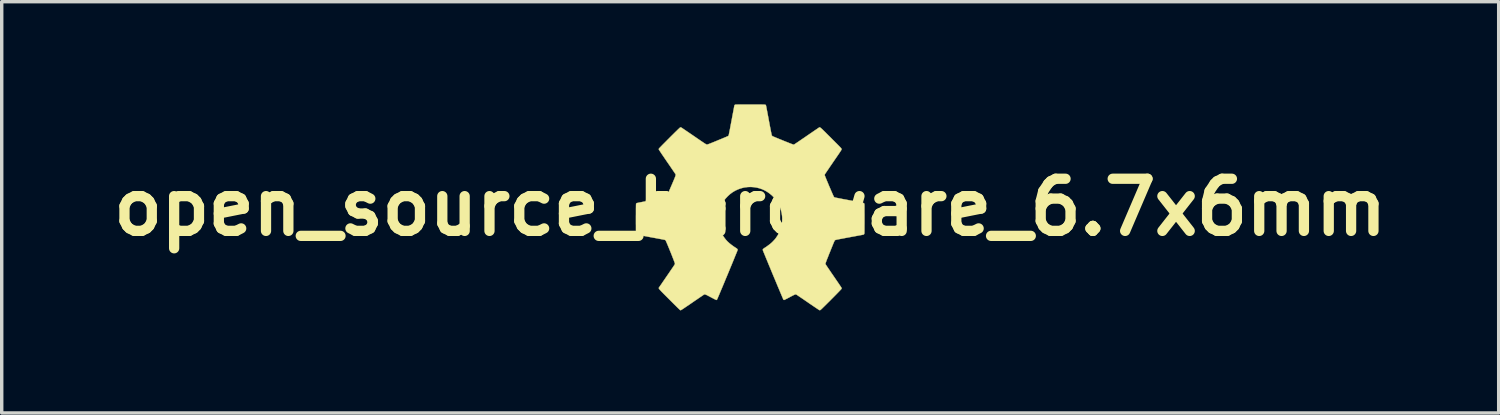
<source format=kicad_pcb>
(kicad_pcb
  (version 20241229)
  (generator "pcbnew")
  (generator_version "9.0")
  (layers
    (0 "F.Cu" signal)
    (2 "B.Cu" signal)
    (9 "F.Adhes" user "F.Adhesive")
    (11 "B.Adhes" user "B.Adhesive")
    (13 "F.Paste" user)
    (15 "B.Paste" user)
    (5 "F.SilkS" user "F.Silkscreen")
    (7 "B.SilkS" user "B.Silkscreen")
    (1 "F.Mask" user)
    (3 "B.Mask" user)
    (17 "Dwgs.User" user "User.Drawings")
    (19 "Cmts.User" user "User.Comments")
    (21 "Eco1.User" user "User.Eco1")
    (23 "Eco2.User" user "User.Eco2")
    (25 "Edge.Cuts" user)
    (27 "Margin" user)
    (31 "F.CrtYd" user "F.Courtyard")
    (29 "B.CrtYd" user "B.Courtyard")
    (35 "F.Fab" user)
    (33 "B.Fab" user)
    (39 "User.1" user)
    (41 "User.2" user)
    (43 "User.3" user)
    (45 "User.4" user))
  (footprint "open_source_hardware_6.7x6mm"
    (layer "F.Cu")
    (at 18.876 3.009)
    (property "Reference" "open_source_hardware_6.7x6mm" (at 0 0 0) (layer "F.SilkS") (effects (font (size 1.524 1.524) (thickness 0.3))))
    (attr through_hole)
    (fp_poly (pts (xy 0.193 -3.004) (xy 0.243 -3.004) (xy 0.285 -3.004) (xy 0.322 -3.003) (xy 0.352 -3.003) (xy 0.378 -3.002) (xy 0.398 -3.002) (xy 0.415 -3.001) (xy 0.428 -3) (xy 0.438 -2.998) (xy 0.445 -2.996) (xy 0.45 -2.994) (xy 0.453 -2.992) (xy 0.455 -2.989) (xy 0.457 -2.986) (xy 0.459 -2.983) (xy 0.459 -2.982) (xy 0.461 -2.976) (xy 0.464 -2.963) (xy 0.468 -2.942) (xy 0.474 -2.914) (xy 0.48 -2.88) (xy 0.488 -2.84) (xy 0.497 -2.795) (xy 0.506 -2.745) (xy 0.516 -2.692) (xy 0.527 -2.636) (xy 0.538 -2.576) (xy 0.543 -2.546) (xy 0.556 -2.48) (xy 0.567 -2.418) (xy 0.578 -2.36) (xy 0.589 -2.306) (xy 0.598 -2.258) (xy 0.606 -2.215) (xy 0.614 -2.179) (xy 0.62 -2.149) (xy 0.625 -2.126) (xy 0.628 -2.111) (xy 0.63 -2.104) (xy 0.63 -2.103) (xy 0.639 -2.091) (xy 0.649 -2.081) (xy 0.649 -2.081) (xy 0.656 -2.077) (xy 0.67 -2.071) (xy 0.691 -2.062) (xy 0.717 -2.051) (xy 0.749 -2.037) (xy 0.784 -2.023) (xy 0.823 -2.007) (xy 0.864 -1.99) (xy 0.907 -1.973) (xy 0.95 -1.955) (xy 0.994 -1.937) (xy 1.037 -1.92) (xy 1.079 -1.903) (xy 1.118 -1.888) (xy 1.154 -1.873) (xy 1.187 -1.861) (xy 1.214 -1.85) (xy 1.236 -1.842) (xy 1.252 -1.836) (xy 1.261 -1.833) (xy 1.262 -1.833) (xy 1.276 -1.834) (xy 1.286 -1.837) (xy 1.291 -1.84) (xy 1.303 -1.848) (xy 1.321 -1.86) (xy 1.345 -1.876) (xy 1.374 -1.895) (xy 1.408 -1.918) (xy 1.446 -1.944) (xy 1.487 -1.972) (xy 1.532 -2.003) (xy 1.58 -2.035) (xy 1.629 -2.069) (xy 1.652 -2.085) (xy 1.703 -2.12) (xy 1.751 -2.153) (xy 1.797 -2.184) (xy 1.84 -2.214) (xy 1.88 -2.241) (xy 1.915 -2.265) (xy 1.947 -2.286) (xy 1.973 -2.304) (xy 1.993 -2.318) (xy 2.008 -2.328) (xy 2.016 -2.333) (xy 2.017 -2.334) (xy 2.022 -2.335) (xy 2.026 -2.337) (xy 2.03 -2.337) (xy 2.035 -2.337) (xy 2.04 -2.334) (xy 2.048 -2.33) (xy 2.056 -2.324) (xy 2.067 -2.315) (xy 2.081 -2.303) (xy 2.097 -2.288) (xy 2.117 -2.27) (xy 2.14 -2.247) (xy 2.168 -2.22) (xy 2.2 -2.189) (xy 2.236 -2.152) (xy 2.278 -2.11) (xy 2.326 -2.063) (xy 2.363 -2.026) (xy 2.413 -1.975) (xy 2.458 -1.931) (xy 2.497 -1.891) (xy 2.532 -1.857) (xy 2.561 -1.827) (xy 2.586 -1.802) (xy 2.607 -1.78) (xy 2.624 -1.763) (xy 2.638 -1.748) (xy 2.648 -1.736) (xy 2.657 -1.727) (xy 2.662 -1.719) (xy 2.667 -1.713) (xy 2.669 -1.709) (xy 2.67 -1.705) (xy 2.671 -1.703) (xy 2.671 -1.7) (xy 2.671 -1.696) (xy 2.67 -1.692) (xy 2.668 -1.687) (xy 2.665 -1.68) (xy 2.66 -1.671) (xy 2.653 -1.66) (xy 2.644 -1.645) (xy 2.632 -1.628) (xy 2.618 -1.606) (xy 2.601 -1.58) (xy 2.58 -1.549) (xy 2.555 -1.513) (xy 2.527 -1.472) (xy 2.494 -1.424) (xy 2.457 -1.37) (xy 2.429 -1.33) (xy 2.395 -1.279) (xy 2.362 -1.231) (xy 2.33 -1.185) (xy 2.301 -1.141) (xy 2.274 -1.102) (xy 2.25 -1.066) (xy 2.229 -1.035) (xy 2.211 -1.009) (xy 2.197 -0.988) (xy 2.188 -0.973) (xy 2.182 -0.965) (xy 2.182 -0.964) (xy 2.179 -0.952) (xy 2.178 -0.939) (xy 2.179 -0.933) (xy 2.184 -0.919) (xy 2.192 -0.9) (xy 2.202 -0.874) (xy 2.215 -0.843) (xy 2.229 -0.808) (xy 2.245 -0.77) (xy 2.262 -0.729) (xy 2.28 -0.686) (xy 2.298 -0.642) (xy 2.317 -0.598) (xy 2.336 -0.554) (xy 2.354 -0.512) (xy 2.371 -0.471) (xy 2.388 -0.434) (xy 2.402 -0.4) (xy 2.416 -0.37) (xy 2.427 -0.345) (xy 2.435 -0.327) (xy 2.441 -0.315) (xy 2.443 -0.311) (xy 2.452 -0.3) (xy 2.463 -0.291) (xy 2.47 -0.289) (xy 2.485 -0.285) (xy 2.507 -0.28) (xy 2.538 -0.274) (xy 2.575 -0.267) (xy 2.619 -0.258) (xy 2.67 -0.248) (xy 2.726 -0.237) (xy 2.789 -0.226) (xy 2.856 -0.213) (xy 2.885 -0.208) (xy 2.944 -0.197) (xy 3.001 -0.186) (xy 3.055 -0.176) (xy 3.105 -0.167) (xy 3.151 -0.158) (xy 3.193 -0.15) (xy 3.229 -0.143) (xy 3.259 -0.137) (xy 3.282 -0.133) (xy 3.299 -0.13) (xy 3.307 -0.128) (xy 3.307 -0.128) (xy 3.32 -0.121) (xy 3.331 -0.112) (xy 3.332 -0.11) (xy 3.333 -0.107) (xy 3.335 -0.104) (xy 3.336 -0.099) (xy 3.336 -0.092) (xy 3.337 -0.083) (xy 3.338 -0.07) (xy 3.338 -0.054) (xy 3.339 -0.034) (xy 3.339 -0.01) (xy 3.339 0.02) (xy 3.339 0.056) (xy 3.339 0.098) (xy 3.339 0.146) (xy 3.34 0.202) (xy 3.34 0.266) (xy 3.34 0.333) (xy 3.34 0.405) (xy 3.34 0.468) (xy 3.339 0.523) (xy 3.339 0.571) (xy 3.339 0.613) (xy 3.339 0.648) (xy 3.339 0.678) (xy 3.338 0.703) (xy 3.338 0.723) (xy 3.338 0.739) (xy 3.337 0.751) (xy 3.336 0.76) (xy 3.335 0.767) (xy 3.334 0.772) (xy 3.333 0.776) (xy 3.332 0.779) (xy 3.331 0.78) (xy 3.323 0.79) (xy 3.315 0.796) (xy 3.314 0.797) (xy 3.308 0.798) (xy 3.294 0.801) (xy 3.274 0.805) (xy 3.249 0.81) (xy 3.219 0.815) (xy 3.187 0.821) (xy 3.176 0.823) (xy 3.086 0.84) (xy 3.004 0.855) (xy 2.93 0.869) (xy 2.864 0.881) (xy 2.805 0.892) (xy 2.752 0.902) (xy 2.705 0.911) (xy 2.665 0.919) (xy 2.63 0.925) (xy 2.599 0.931) (xy 2.574 0.936) (xy 2.552 0.94) (xy 2.535 0.944) (xy 2.52 0.947) (xy 2.509 0.95) (xy 2.501 0.952) (xy 2.494 0.954) (xy 2.489 0.956) (xy 2.486 0.957) (xy 2.483 0.959) (xy 2.481 0.96) (xy 2.48 0.961) (xy 2.478 0.963) (xy 2.475 0.965) (xy 2.472 0.969) (xy 2.468 0.975) (xy 2.464 0.982) (xy 2.459 0.993) (xy 2.452 1.007) (xy 2.445 1.024) (xy 2.435 1.046) (xy 2.424 1.073) (xy 2.411 1.105) (xy 2.395 1.144) (xy 2.377 1.189) (xy 2.356 1.241) (xy 2.332 1.301) (xy 2.332 1.301) (xy 2.31 1.354) (xy 2.29 1.405) (xy 2.272 1.452) (xy 2.254 1.495) (xy 2.239 1.534) (xy 2.226 1.568) (xy 2.216 1.596) (xy 2.208 1.618) (xy 2.202 1.634) (xy 2.2 1.641) (xy 2.2 1.642) (xy 2.201 1.656) (xy 2.204 1.666) (xy 2.207 1.672) (xy 2.215 1.683) (xy 2.227 1.701) (xy 2.242 1.725) (xy 2.262 1.754) (xy 2.285 1.788) (xy 2.31 1.825) (xy 2.338 1.866) (xy 2.368 1.911) (xy 2.4 1.957) (xy 2.434 2.006) (xy 2.436 2.01) (xy 2.47 2.059) (xy 2.502 2.106) (xy 2.532 2.15) (xy 2.561 2.192) (xy 2.587 2.23) (xy 2.61 2.264) (xy 2.629 2.293) (xy 2.646 2.317) (xy 2.658 2.336) (xy 2.666 2.349) (xy 2.669 2.354) (xy 2.669 2.355) (xy 2.672 2.368) (xy 2.671 2.379) (xy 2.667 2.384) (xy 2.658 2.395) (xy 2.643 2.411) (xy 2.624 2.431) (xy 2.6 2.456) (xy 2.573 2.484) (xy 2.543 2.515) (xy 2.51 2.549) (xy 2.475 2.584) (xy 2.438 2.622) (xy 2.4 2.66) (xy 2.362 2.698) (xy 2.324 2.737) (xy 2.286 2.774) (xy 2.249 2.811) (xy 2.214 2.846) (xy 2.18 2.879) (xy 2.15 2.909) (xy 2.122 2.936) (xy 2.099 2.959) (xy 2.079 2.977) (xy 2.064 2.991) (xy 2.054 3) (xy 2.05 3.002) (xy 2.036 3.006) (xy 2.025 3.006) (xy 2.019 3.003) (xy 2.008 2.996) (xy 1.989 2.984) (xy 1.966 2.968) (xy 1.937 2.949) (xy 1.903 2.926) (xy 1.866 2.901) (xy 1.825 2.873) (xy 1.781 2.843) (xy 1.734 2.812) (xy 1.689 2.78) (xy 1.64 2.747) (xy 1.594 2.715) (xy 1.55 2.685) (xy 1.509 2.657) (xy 1.472 2.632) (xy 1.438 2.609) (xy 1.409 2.59) (xy 1.386 2.574) (xy 1.368 2.562) (xy 1.356 2.554) (xy 1.351 2.551) (xy 1.344 2.547) (xy 1.337 2.545) (xy 1.329 2.544) (xy 1.32 2.546) (xy 1.309 2.549) (xy 1.294 2.554) (xy 1.276 2.563) (xy 1.253 2.574) (xy 1.224 2.589) (xy 1.189 2.607) (xy 1.154 2.626) (xy 1.12 2.644) (xy 1.088 2.661) (xy 1.059 2.676) (xy 1.034 2.688) (xy 1.014 2.698) (xy 0.999 2.705) (xy 0.992 2.708) (xy 0.991 2.708) (xy 0.981 2.705) (xy 0.973 2.7) (xy 0.97 2.695) (xy 0.965 2.683) (xy 0.956 2.664) (xy 0.945 2.638) (xy 0.931 2.605) (xy 0.915 2.567) (xy 0.897 2.524) (xy 0.877 2.477) (xy 0.855 2.425) (xy 0.832 2.369) (xy 0.807 2.311) (xy 0.781 2.249) (xy 0.755 2.186) (xy 0.728 2.121) (xy 0.7 2.055) (xy 0.672 1.988) (xy 0.644 1.921) (xy 0.617 1.855) (xy 0.59 1.789) (xy 0.563 1.725) (xy 0.537 1.663) (xy 0.513 1.603) (xy 0.489 1.546) (xy 0.467 1.493) (xy 0.447 1.443) (xy 0.428 1.398) (xy 0.412 1.358) (xy 0.397 1.323) (xy 0.386 1.294) (xy 0.377 1.272) (xy 0.371 1.256) (xy 0.368 1.248) (xy 0.368 1.247) (xy 0.368 1.236) (xy 0.374 1.224) (xy 0.386 1.211) (xy 0.405 1.197) (xy 0.424 1.184) (xy 0.445 1.171) (xy 0.465 1.158) (xy 0.482 1.146) (xy 0.492 1.139) (xy 0.505 1.13) (xy 0.522 1.116) (xy 0.542 1.102) (xy 0.561 1.088) (xy 0.593 1.063) (xy 0.627 1.033) (xy 0.662 0.999) (xy 0.695 0.964) (xy 0.726 0.93) (xy 0.747 0.903) (xy 0.798 0.828) (xy 0.841 0.749) (xy 0.876 0.667) (xy 0.904 0.582) (xy 0.923 0.496) (xy 0.934 0.408) (xy 0.936 0.319) (xy 0.932 0.254) (xy 0.919 0.164) (xy 0.898 0.079) (xy 0.87 -0.004) (xy 0.835 -0.082) (xy 0.793 -0.156) (xy 0.745 -0.225) (xy 0.692 -0.29) (xy 0.633 -0.349) (xy 0.569 -0.402) (xy 0.501 -0.45) (xy 0.429 -0.492) (xy 0.353 -0.527) (xy 0.274 -0.555) (xy 0.192 -0.576) (xy 0.108 -0.589) (xy 0.022 -0.595) (xy -0.065 -0.593) (xy -0.153 -0.583) (xy -0.186 -0.577) (xy -0.274 -0.554) (xy -0.358 -0.524) (xy -0.439 -0.486) (xy -0.516 -0.44) (xy -0.589 -0.386) (xy -0.657 -0.324) (xy -0.661 -0.32) (xy -0.722 -0.254) (xy -0.774 -0.184) (xy -0.82 -0.11) (xy -0.858 -0.031) (xy -0.885 0.04) (xy -0.91 0.128) (xy -0.927 0.216) (xy -0.934 0.304) (xy -0.934 0.392) (xy -0.924 0.479) (xy -0.907 0.565) (xy -0.882 0.65) (xy -0.848 0.732) (xy -0.807 0.811) (xy -0.757 0.887) (xy -0.71 0.948) (xy -0.665 0.997) (xy -0.611 1.047) (xy -0.548 1.097) (xy -0.478 1.148) (xy -0.432 1.178) (xy -0.407 1.194) (xy -0.39 1.206) (xy -0.378 1.217) (xy -0.371 1.225) (xy -0.368 1.234) (xy -0.368 1.242) (xy -0.368 1.246) (xy -0.37 1.252) (xy -0.375 1.266) (xy -0.383 1.287) (xy -0.394 1.314) (xy -0.408 1.348) (xy -0.424 1.387) (xy -0.442 1.431) (xy -0.462 1.48) (xy -0.483 1.533) (xy -0.506 1.589) (xy -0.531 1.649) (xy -0.556 1.71) (xy -0.583 1.774) (xy -0.61 1.84) (xy -0.637 1.906) (xy -0.665 1.973) (xy -0.693 2.04) (xy -0.721 2.106) (xy -0.748 2.172) (xy -0.774 2.236) (xy -0.8 2.297) (xy -0.825 2.357) (xy -0.849 2.413) (xy -0.871 2.466) (xy -0.892 2.514) (xy -0.91 2.559) (xy -0.927 2.598) (xy -0.941 2.631) (xy -0.953 2.659) (xy -0.963 2.68) (xy -0.969 2.694) (xy -0.972 2.7) (xy -0.972 2.7) (xy -0.983 2.706) (xy -0.991 2.708) (xy -0.996 2.706) (xy -1.009 2.7) (xy -1.028 2.691) (xy -1.051 2.679) (xy -1.079 2.665) (xy -1.11 2.648) (xy -1.144 2.631) (xy -1.152 2.626) (xy -1.194 2.604) (xy -1.228 2.586) (xy -1.256 2.572) (xy -1.278 2.561) (xy -1.297 2.553) (xy -1.311 2.548) (xy -1.323 2.545) (xy -1.333 2.545) (xy -1.341 2.546) (xy -1.349 2.55) (xy -1.357 2.555) (xy -1.362 2.558) (xy -1.369 2.562) (xy -1.382 2.571) (xy -1.402 2.585) (xy -1.427 2.602) (xy -1.457 2.622) (xy -1.492 2.646) (xy -1.53 2.672) (xy -1.572 2.701) (xy -1.617 2.731) (xy -1.663 2.763) (xy -1.698 2.787) (xy -1.746 2.82) (xy -1.792 2.852) (xy -1.836 2.881) (xy -1.876 2.908) (xy -1.913 2.933) (xy -1.945 2.955) (xy -1.973 2.973) (xy -1.996 2.988) (xy -2.012 2.998) (xy -2.023 3.004) (xy -2.026 3.006) (xy -2.039 3.006) (xy -2.047 3.004) (xy -2.052 3) (xy -2.062 2.991) (xy -2.077 2.976) (xy -2.098 2.956) (xy -2.123 2.932) (xy -2.152 2.903) (xy -2.184 2.871) (xy -2.22 2.836) (xy -2.258 2.798) (xy -2.299 2.757) (xy -2.341 2.715) (xy -2.362 2.694) (xy -2.414 2.642) (xy -2.46 2.596) (xy -2.501 2.555) (xy -2.536 2.52) (xy -2.566 2.489) (xy -2.592 2.463) (xy -2.613 2.44) (xy -2.631 2.421) (xy -2.645 2.405) (xy -2.656 2.392) (xy -2.663 2.382) (xy -2.668 2.373) (xy -2.671 2.366) (xy -2.672 2.36) (xy -2.671 2.354) (xy -2.669 2.349) (xy -2.666 2.345) (xy -2.662 2.339) (xy -2.658 2.335) (xy -2.654 2.328) (xy -2.644 2.314) (xy -2.631 2.294) (xy -2.613 2.269) (xy -2.592 2.239) (xy -2.569 2.204) (xy -2.542 2.165) (xy -2.513 2.123) (xy -2.483 2.079) (xy -2.451 2.032) (xy -2.426 1.996) (xy -2.393 1.948) (xy -2.362 1.903) (xy -2.333 1.859) (xy -2.305 1.819) (xy -2.28 1.782) (xy -2.258 1.75) (xy -2.24 1.722) (xy -2.224 1.699) (xy -2.213 1.682) (xy -2.206 1.671) (xy -2.204 1.668) (xy -2.201 1.654) (xy -2.2 1.642) (xy -2.202 1.635) (xy -2.206 1.62) (xy -2.214 1.6) (xy -2.224 1.573) (xy -2.236 1.541) (xy -2.25 1.505) (xy -2.266 1.465) (xy -2.282 1.422) (xy -2.3 1.378) (xy -2.318 1.332) (xy -2.337 1.286) (xy -2.356 1.24) (xy -2.374 1.195) (xy -2.392 1.152) (xy -2.408 1.112) (xy -2.424 1.075) (xy -2.438 1.042) (xy -2.45 1.014) (xy -2.46 0.992) (xy -2.467 0.976) (xy -2.472 0.967) (xy -2.472 0.966) (xy -2.485 0.957) (xy -2.499 0.95) (xy -2.5 0.95) (xy -2.507 0.948) (xy -2.521 0.946) (xy -2.543 0.941) (xy -2.572 0.936) (xy -2.607 0.929) (xy -2.647 0.922) (xy -2.693 0.913) (xy -2.742 0.904) (xy -2.795 0.894) (xy -2.851 0.884) (xy -2.909 0.873) (xy -2.911 0.873) (xy -2.969 0.862) (xy -3.025 0.851) (xy -3.078 0.841) (xy -3.127 0.832) (xy -3.172 0.823) (xy -3.212 0.816) (xy -3.246 0.809) (xy -3.275 0.803) (xy -3.296 0.799) (xy -3.31 0.796) (xy -3.317 0.794) (xy -3.317 0.794) (xy -3.32 0.792) (xy -3.324 0.79) (xy -3.327 0.788) (xy -3.329 0.785) (xy -3.331 0.78) (xy -3.333 0.773) (xy -3.335 0.763) (xy -3.336 0.751) (xy -3.337 0.734) (xy -3.338 0.714) (xy -3.338 0.689) (xy -3.339 0.658) (xy -3.339 0.622) (xy -3.339 0.58) (xy -3.339 0.531) (xy -3.34 0.475) (xy -3.34 0.411) (xy -3.34 0.338) (xy -3.34 0.336) (xy -3.34 0.264) (xy -3.339 0.198) (xy -3.339 0.137) (xy -3.339 0.082) (xy -3.339 0.033) (xy -3.338 -0.008) (xy -3.338 -0.043) (xy -3.337 -0.07) (xy -3.336 -0.09) (xy -3.336 -0.101) (xy -3.335 -0.103) (xy -3.328 -0.114) (xy -3.321 -0.121) (xy -3.315 -0.123) (xy -3.3 -0.127) (xy -3.278 -0.131) (xy -3.249 -0.137) (xy -3.213 -0.145) (xy -3.17 -0.153) (xy -3.121 -0.163) (xy -3.066 -0.173) (xy -3.007 -0.184) (xy -2.942 -0.196) (xy -2.893 -0.206) (xy -2.822 -0.219) (xy -2.758 -0.231) (xy -2.702 -0.241) (xy -2.654 -0.25) (xy -2.612 -0.258) (xy -2.576 -0.265) (xy -2.546 -0.272) (xy -2.521 -0.277) (xy -2.5 -0.282) (xy -2.483 -0.287) (xy -2.47 -0.291) (xy -2.461 -0.295) (xy -2.453 -0.299) (xy -2.448 -0.303) (xy -2.444 -0.307) (xy -2.441 -0.311) (xy -2.438 -0.316) (xy -2.436 -0.322) (xy -2.435 -0.323) (xy -2.432 -0.33) (xy -2.426 -0.345) (xy -2.416 -0.366) (xy -2.405 -0.394) (xy -2.391 -0.426) (xy -2.374 -0.464) (xy -2.357 -0.505) (xy -2.338 -0.549) (xy -2.318 -0.596) (xy -2.302 -0.632) (xy -2.277 -0.69) (xy -2.256 -0.74) (xy -2.237 -0.784) (xy -2.222 -0.821) (xy -2.209 -0.852) (xy -2.199 -0.878) (xy -2.191 -0.899) (xy -2.185 -0.917) (xy -2.181 -0.931) (xy -2.179 -0.942) (xy -2.178 -0.951) (xy -2.179 -0.959) (xy -2.181 -0.965) (xy -2.184 -0.971) (xy -2.188 -0.977) (xy -2.19 -0.981) (xy -2.195 -0.988) (xy -2.204 -1.001) (xy -2.217 -1.02) (xy -2.234 -1.045) (xy -2.254 -1.075) (xy -2.278 -1.11) (xy -2.305 -1.149) (xy -2.333 -1.191) (xy -2.364 -1.236) (xy -2.397 -1.284) (xy -2.431 -1.333) (xy -2.436 -1.34) (xy -2.469 -1.389) (xy -2.502 -1.437) (xy -2.532 -1.482) (xy -2.561 -1.524) (xy -2.587 -1.562) (xy -2.61 -1.597) (xy -2.63 -1.627) (xy -2.646 -1.652) (xy -2.659 -1.671) (xy -2.667 -1.684) (xy -2.671 -1.691) (xy -2.671 -1.691) (xy -2.67 -1.706) (xy -2.667 -1.717) (xy -2.663 -1.722) (xy -2.653 -1.732) (xy -2.637 -1.748) (xy -2.617 -1.769) (xy -2.593 -1.794) (xy -2.564 -1.824) (xy -2.531 -1.857) (xy -2.496 -1.892) (xy -2.457 -1.931) (xy -2.417 -1.972) (xy -2.374 -2.014) (xy -2.358 -2.031) (xy -2.303 -2.086) (xy -2.253 -2.135) (xy -2.209 -2.179) (xy -2.171 -2.216) (xy -2.138 -2.248) (xy -2.111 -2.275) (xy -2.088 -2.296) (xy -2.07 -2.313) (xy -2.057 -2.325) (xy -2.048 -2.332) (xy -2.043 -2.335) (xy -2.043 -2.335) (xy -2.03 -2.336) (xy -2.019 -2.334) (xy -2.014 -2.331) (xy -2.002 -2.323) (xy -1.983 -2.311) (xy -1.959 -2.295) (xy -1.93 -2.275) (xy -1.896 -2.252) (xy -1.858 -2.226) (xy -1.816 -2.198) (xy -1.771 -2.167) (xy -1.724 -2.135) (xy -1.674 -2.101) (xy -1.648 -2.083) (xy -1.588 -2.042) (xy -1.536 -2.006) (xy -1.489 -1.974) (xy -1.449 -1.947) (xy -1.414 -1.923) (xy -1.384 -1.903) (xy -1.359 -1.886) (xy -1.338 -1.872) (xy -1.321 -1.861) (xy -1.306 -1.852) (xy -1.295 -1.846) (xy -1.286 -1.841) (xy -1.28 -1.838) (xy -1.274 -1.836) (xy -1.27 -1.835) (xy -1.268 -1.834) (xy -1.264 -1.834) (xy -1.258 -1.835) (xy -1.252 -1.836) (xy -1.243 -1.839) (xy -1.231 -1.842) (xy -1.216 -1.848) (xy -1.197 -1.855) (xy -1.174 -1.864) (xy -1.145 -1.875) (xy -1.111 -1.889) (xy -1.071 -1.905) (xy -1.024 -1.924) (xy -0.97 -1.946) (xy -0.95 -1.955) (xy -0.901 -1.975) (xy -0.854 -1.994) (xy -0.811 -2.012) (xy -0.771 -2.029) (xy -0.735 -2.044) (xy -0.704 -2.057) (xy -0.679 -2.068) (xy -0.66 -2.076) (xy -0.648 -2.082) (xy -0.643 -2.084) (xy -0.635 -2.094) (xy -0.629 -2.104) (xy -0.627 -2.11) (xy -0.624 -2.124) (xy -0.62 -2.145) (xy -0.614 -2.174) (xy -0.607 -2.208) (xy -0.599 -2.249) (xy -0.59 -2.294) (xy -0.581 -2.344) (xy -0.571 -2.397) (xy -0.56 -2.454) (xy -0.549 -2.514) (xy -0.543 -2.543) (xy -0.532 -2.604) (xy -0.521 -2.662) (xy -0.511 -2.716) (xy -0.501 -2.768) (xy -0.492 -2.815) (xy -0.484 -2.857) (xy -0.477 -2.894) (xy -0.472 -2.925) (xy -0.467 -2.95) (xy -0.464 -2.967) (xy -0.462 -2.977) (xy -0.461 -2.978) (xy -0.456 -2.986) (xy -0.448 -2.995) (xy -0.446 -2.996) (xy -0.443 -2.998) (xy -0.44 -2.999) (xy -0.435 -3) (xy -0.428 -3.001) (xy -0.419 -3.001) (xy -0.407 -3.002) (xy -0.391 -3.002) (xy -0.371 -3.003) (xy -0.346 -3.003) (xy -0.317 -3.003) (xy -0.281 -3.004) (xy -0.24 -3.004) (xy -0.191 -3.004) (xy -0.136 -3.004) (xy -0.073 -3.004) (xy -0.001 -3.004) (xy -0.000387 -3.004) (xy 0.072 -3.004) (xy 0.137 -3.004) (xy 0.193 -3.004)) (stroke (width 0.01) (type solid)) (fill yes) (layer "F.SilkS")))
  (gr_rect
    (start -3 -3)
    (end 40.752 9.02)
    (stroke (width 0.1) (type default))
    (fill no)
    (layer "Edge.Cuts")))
</source>
